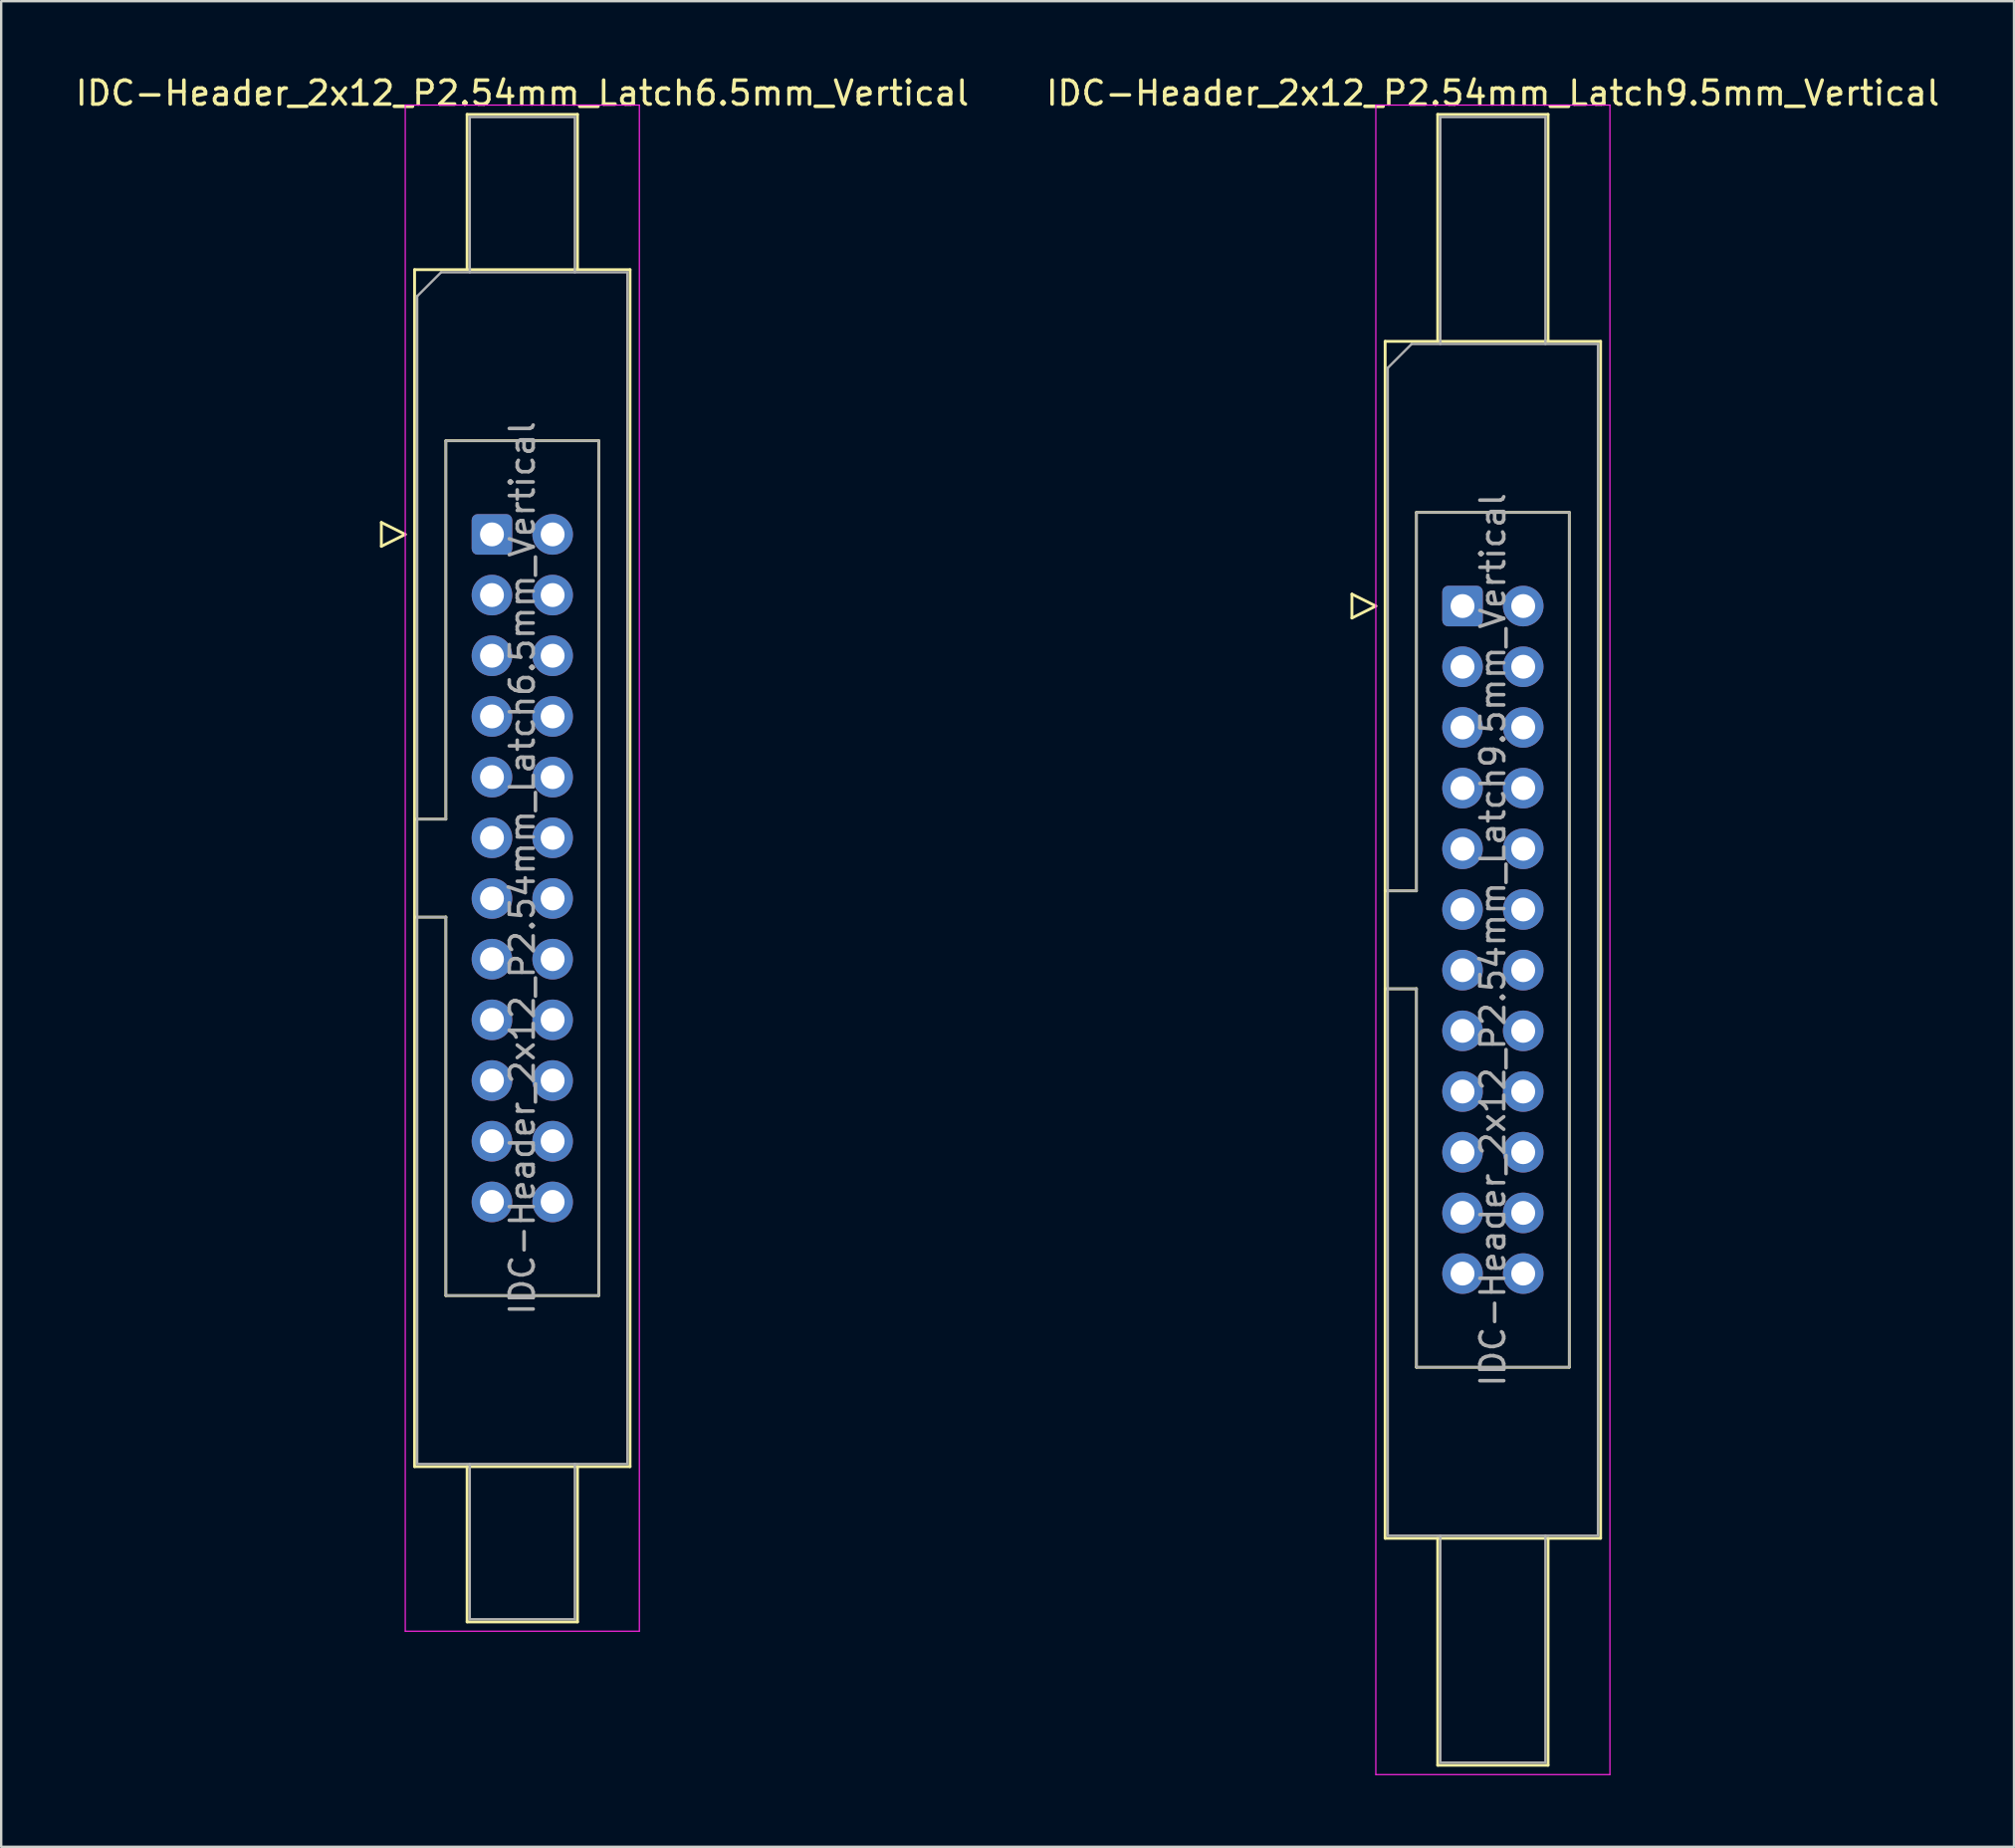
<source format=kicad_pcb>
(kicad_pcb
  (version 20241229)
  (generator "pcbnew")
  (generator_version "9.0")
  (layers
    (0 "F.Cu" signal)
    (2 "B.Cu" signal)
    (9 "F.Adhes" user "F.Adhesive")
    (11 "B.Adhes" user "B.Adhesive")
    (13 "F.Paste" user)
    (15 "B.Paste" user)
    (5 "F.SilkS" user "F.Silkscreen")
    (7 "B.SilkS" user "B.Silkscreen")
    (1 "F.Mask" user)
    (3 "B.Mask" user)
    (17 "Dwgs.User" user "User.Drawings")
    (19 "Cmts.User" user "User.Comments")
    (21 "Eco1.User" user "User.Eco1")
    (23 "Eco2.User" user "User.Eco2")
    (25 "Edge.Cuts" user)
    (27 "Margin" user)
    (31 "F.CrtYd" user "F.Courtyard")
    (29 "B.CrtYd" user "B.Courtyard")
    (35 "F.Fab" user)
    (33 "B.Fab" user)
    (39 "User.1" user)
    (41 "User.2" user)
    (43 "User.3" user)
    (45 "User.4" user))
  (footprint "IDC-Header_2x12_P2.54mm_Latch6.5mm_Vertical"
    (layer "F.Cu")
    (at 17.545 19.318)
    (property "Reference" "IDC-Header_2x12_P2.54mm_Latch6.5mm_Vertical" (at 1.27 -18.47 0) (layer "F.SilkS") (effects (font (size 1 1) (thickness 0.15))))
    (attr through_hole)
    (fp_line (start -4.63 -0.5) (end -4.63 0.5) (stroke (width 0.12) (type solid)) (layer "F.SilkS"))
    (fp_line (start -4.63 0.5) (end -3.63 0) (stroke (width 0.12) (type solid)) (layer "F.SilkS"))
    (fp_line (start -3.63 0) (end -4.63 -0.5) (stroke (width 0.12) (type solid)) (layer "F.SilkS"))
    (fp_line (start -3.24 -11.08) (end 5.78 -11.08) (stroke (width 0.12) (type solid)) (layer "F.SilkS"))
    (fp_line (start -3.24 11.92) (end -1.93 11.92) (stroke (width 0.12) (type solid)) (layer "F.SilkS"))
    (fp_line (start -3.24 39.02) (end -3.24 -11.08) (stroke (width 0.12) (type solid)) (layer "F.SilkS"))
    (fp_line (start -1.93 -3.92) (end 4.47 -3.92) (stroke (width 0.12) (type solid)) (layer "F.SilkS"))
    (fp_line (start -1.93 11.92) (end -1.93 -3.92) (stroke (width 0.12) (type solid)) (layer "F.SilkS"))
    (fp_line (start -1.93 16.02) (end -3.24 16.02) (stroke (width 0.12) (type solid)) (layer "F.SilkS"))
    (fp_line (start -1.93 16.02) (end -1.93 16.02) (stroke (width 0.12) (type solid)) (layer "F.SilkS"))
    (fp_line (start -1.93 31.86) (end -1.93 16.02) (stroke (width 0.12) (type solid)) (layer "F.SilkS"))
    (fp_line (start -1.04 -17.58) (end 3.58 -17.58) (stroke (width 0.12) (type solid)) (layer "F.SilkS"))
    (fp_line (start -1.04 -11.08) (end -1.04 -17.58) (stroke (width 0.12) (type solid)) (layer "F.SilkS"))
    (fp_line (start -1.04 39.02) (end -1.04 45.52) (stroke (width 0.12) (type solid)) (layer "F.SilkS"))
    (fp_line (start -1.04 45.52) (end 3.58 45.52) (stroke (width 0.12) (type solid)) (layer "F.SilkS"))
    (fp_line (start 3.58 -17.58) (end 3.58 -11.08) (stroke (width 0.12) (type solid)) (layer "F.SilkS"))
    (fp_line (start 3.58 45.52) (end 3.58 39.02) (stroke (width 0.12) (type solid)) (layer "F.SilkS"))
    (fp_line (start 4.47 -3.92) (end 4.47 31.86) (stroke (width 0.12) (type solid)) (layer "F.SilkS"))
    (fp_line (start 4.47 31.86) (end -1.93 31.86) (stroke (width 0.12) (type solid)) (layer "F.SilkS"))
    (fp_line (start 5.78 -11.08) (end 5.78 39.02) (stroke (width 0.12) (type solid)) (layer "F.SilkS"))
    (fp_line (start 5.78 39.02) (end -3.24 39.02) (stroke (width 0.12) (type solid)) (layer "F.SilkS"))
    (fp_line (start -3.63 -17.97) (end -3.63 45.91) (stroke (width 0.05) (type solid)) (layer "F.CrtYd"))
    (fp_line (start -3.63 45.91) (end 6.17 45.91) (stroke (width 0.05) (type solid)) (layer "F.CrtYd"))
    (fp_line (start 6.17 -17.97) (end -3.63 -17.97) (stroke (width 0.05) (type solid)) (layer "F.CrtYd"))
    (fp_line (start 6.17 45.91) (end 6.17 -17.97) (stroke (width 0.05) (type solid)) (layer "F.CrtYd"))
    (fp_line (start -3.13 -9.97) (end -2.13 -10.97) (stroke (width 0.1) (type solid)) (layer "F.Fab"))
    (fp_line (start -3.13 11.92) (end -1.93 11.92) (stroke (width 0.1) (type solid)) (layer "F.Fab"))
    (fp_line (start -3.13 38.91) (end -3.13 -9.97) (stroke (width 0.1) (type solid)) (layer "F.Fab"))
    (fp_line (start -2.13 -10.97) (end 5.67 -10.97) (stroke (width 0.1) (type solid)) (layer "F.Fab"))
    (fp_line (start -1.93 -3.92) (end 4.47 -3.92) (stroke (width 0.1) (type solid)) (layer "F.Fab"))
    (fp_line (start -1.93 11.92) (end -1.93 -3.92) (stroke (width 0.1) (type solid)) (layer "F.Fab"))
    (fp_line (start -1.93 16.02) (end -3.13 16.02) (stroke (width 0.1) (type solid)) (layer "F.Fab"))
    (fp_line (start -1.93 16.02) (end -1.93 16.02) (stroke (width 0.1) (type solid)) (layer "F.Fab"))
    (fp_line (start -1.93 31.86) (end -1.93 16.02) (stroke (width 0.1) (type solid)) (layer "F.Fab"))
    (fp_line (start -0.93 -17.47) (end 3.47 -17.47) (stroke (width 0.1) (type solid)) (layer "F.Fab"))
    (fp_line (start -0.93 -10.97) (end -0.93 -17.47) (stroke (width 0.1) (type solid)) (layer "F.Fab"))
    (fp_line (start -0.93 38.91) (end -0.93 45.41) (stroke (width 0.1) (type solid)) (layer "F.Fab"))
    (fp_line (start -0.93 45.41) (end 3.47 45.41) (stroke (width 0.1) (type solid)) (layer "F.Fab"))
    (fp_line (start 3.47 -17.47) (end 3.47 -10.97) (stroke (width 0.1) (type solid)) (layer "F.Fab"))
    (fp_line (start 3.47 45.41) (end 3.47 38.91) (stroke (width 0.1) (type solid)) (layer "F.Fab"))
    (fp_line (start 4.47 -3.92) (end 4.47 31.86) (stroke (width 0.1) (type solid)) (layer "F.Fab"))
    (fp_line (start 4.47 31.86) (end -1.93 31.86) (stroke (width 0.1) (type solid)) (layer "F.Fab"))
    (fp_line (start 5.67 -10.97) (end 5.67 38.91) (stroke (width 0.1) (type solid)) (layer "F.Fab"))
    (fp_line (start 5.67 38.91) (end -3.13 38.91) (stroke (width 0.1) (type solid)) (layer "F.Fab"))
    (fp_text user "${REFERENCE}" (at 1.27 13.97 90) (layer "F.Fab") (effects (font (size 1 1) (thickness 0.15))))
    (pad "1" thru_hole roundrect (at 0 0) (size 1.7 1.7) (drill 1) (layers "*.Cu" "*.Mask") (roundrect_rratio 0.147))
    (pad "2" thru_hole circle (at 2.54 0) (size 1.7 1.7) (drill 1) (layers "*.Cu" "*.Mask"))
    (pad "3" thru_hole circle (at 0 2.54) (size 1.7 1.7) (drill 1) (layers "*.Cu" "*.Mask"))
    (pad "4" thru_hole circle (at 2.54 2.54) (size 1.7 1.7) (drill 1) (layers "*.Cu" "*.Mask"))
    (pad "5" thru_hole circle (at 0 5.08) (size 1.7 1.7) (drill 1) (layers "*.Cu" "*.Mask"))
    (pad "6" thru_hole circle (at 2.54 5.08) (size 1.7 1.7) (drill 1) (layers "*.Cu" "*.Mask"))
    (pad "7" thru_hole circle (at 0 7.62) (size 1.7 1.7) (drill 1) (layers "*.Cu" "*.Mask"))
    (pad "8" thru_hole circle (at 2.54 7.62) (size 1.7 1.7) (drill 1) (layers "*.Cu" "*.Mask"))
    (pad "9" thru_hole circle (at 0 10.16) (size 1.7 1.7) (drill 1) (layers "*.Cu" "*.Mask"))
    (pad "10" thru_hole circle (at 2.54 10.16) (size 1.7 1.7) (drill 1) (layers "*.Cu" "*.Mask"))
    (pad "11" thru_hole circle (at 0 12.7) (size 1.7 1.7) (drill 1) (layers "*.Cu" "*.Mask"))
    (pad "12" thru_hole circle (at 2.54 12.7) (size 1.7 1.7) (drill 1) (layers "*.Cu" "*.Mask"))
    (pad "13" thru_hole circle (at 0 15.24) (size 1.7 1.7) (drill 1) (layers "*.Cu" "*.Mask"))
    (pad "14" thru_hole circle (at 2.54 15.24) (size 1.7 1.7) (drill 1) (layers "*.Cu" "*.Mask"))
    (pad "15" thru_hole circle (at 0 17.78) (size 1.7 1.7) (drill 1) (layers "*.Cu" "*.Mask"))
    (pad "16" thru_hole circle (at 2.54 17.78) (size 1.7 1.7) (drill 1) (layers "*.Cu" "*.Mask"))
    (pad "17" thru_hole circle (at 0 20.32) (size 1.7 1.7) (drill 1) (layers "*.Cu" "*.Mask"))
    (pad "18" thru_hole circle (at 2.54 20.32) (size 1.7 1.7) (drill 1) (layers "*.Cu" "*.Mask"))
    (pad "19" thru_hole circle (at 0 22.86) (size 1.7 1.7) (drill 1) (layers "*.Cu" "*.Mask"))
    (pad "20" thru_hole circle (at 2.54 22.86) (size 1.7 1.7) (drill 1) (layers "*.Cu" "*.Mask"))
    (pad "21" thru_hole circle (at 0 25.4) (size 1.7 1.7) (drill 1) (layers "*.Cu" "*.Mask"))
    (pad "22" thru_hole circle (at 2.54 25.4) (size 1.7 1.7) (drill 1) (layers "*.Cu" "*.Mask"))
    (pad "23" thru_hole circle (at 0 27.94) (size 1.7 1.7) (drill 1) (layers "*.Cu" "*.Mask"))
    (pad "24" thru_hole circle (at 2.54 27.94) (size 1.7 1.7) (drill 1) (layers "*.Cu" "*.Mask")))
  (footprint "IDC-Header_2x12_P2.54mm_Latch9.5mm_Vertical"
    (layer "F.Cu")
    (at 58.176 22.318)
    (property "Reference" "IDC-Header_2x12_P2.54mm_Latch9.5mm_Vertical" (at 1.27 -21.47 0) (layer "F.SilkS") (effects (font (size 1 1) (thickness 0.15))))
    (attr through_hole)
    (fp_line (start -4.63 -0.5) (end -4.63 0.5) (stroke (width 0.12) (type solid)) (layer "F.SilkS"))
    (fp_line (start -4.63 0.5) (end -3.63 0) (stroke (width 0.12) (type solid)) (layer "F.SilkS"))
    (fp_line (start -3.63 0) (end -4.63 -0.5) (stroke (width 0.12) (type solid)) (layer "F.SilkS"))
    (fp_line (start -3.24 -11.08) (end 5.78 -11.08) (stroke (width 0.12) (type solid)) (layer "F.SilkS"))
    (fp_line (start -3.24 11.92) (end -1.93 11.92) (stroke (width 0.12) (type solid)) (layer "F.SilkS"))
    (fp_line (start -3.24 39.02) (end -3.24 -11.08) (stroke (width 0.12) (type solid)) (layer "F.SilkS"))
    (fp_line (start -1.93 -3.92) (end 4.47 -3.92) (stroke (width 0.12) (type solid)) (layer "F.SilkS"))
    (fp_line (start -1.93 11.92) (end -1.93 -3.92) (stroke (width 0.12) (type solid)) (layer "F.SilkS"))
    (fp_line (start -1.93 16.02) (end -3.24 16.02) (stroke (width 0.12) (type solid)) (layer "F.SilkS"))
    (fp_line (start -1.93 16.02) (end -1.93 16.02) (stroke (width 0.12) (type solid)) (layer "F.SilkS"))
    (fp_line (start -1.93 31.86) (end -1.93 16.02) (stroke (width 0.12) (type solid)) (layer "F.SilkS"))
    (fp_line (start -1.04 -20.58) (end 3.58 -20.58) (stroke (width 0.12) (type solid)) (layer "F.SilkS"))
    (fp_line (start -1.04 -11.08) (end -1.04 -20.58) (stroke (width 0.12) (type solid)) (layer "F.SilkS"))
    (fp_line (start -1.04 39.02) (end -1.04 48.52) (stroke (width 0.12) (type solid)) (layer "F.SilkS"))
    (fp_line (start -1.04 48.52) (end 3.58 48.52) (stroke (width 0.12) (type solid)) (layer "F.SilkS"))
    (fp_line (start 3.58 -20.58) (end 3.58 -11.08) (stroke (width 0.12) (type solid)) (layer "F.SilkS"))
    (fp_line (start 3.58 48.52) (end 3.58 39.02) (stroke (width 0.12) (type solid)) (layer "F.SilkS"))
    (fp_line (start 4.47 -3.92) (end 4.47 31.86) (stroke (width 0.12) (type solid)) (layer "F.SilkS"))
    (fp_line (start 4.47 31.86) (end -1.93 31.86) (stroke (width 0.12) (type solid)) (layer "F.SilkS"))
    (fp_line (start 5.78 -11.08) (end 5.78 39.02) (stroke (width 0.12) (type solid)) (layer "F.SilkS"))
    (fp_line (start 5.78 39.02) (end -3.24 39.02) (stroke (width 0.12) (type solid)) (layer "F.SilkS"))
    (fp_line (start -3.63 -20.97) (end -3.63 48.91) (stroke (width 0.05) (type solid)) (layer "F.CrtYd"))
    (fp_line (start -3.63 48.91) (end 6.17 48.91) (stroke (width 0.05) (type solid)) (layer "F.CrtYd"))
    (fp_line (start 6.17 -20.97) (end -3.63 -20.97) (stroke (width 0.05) (type solid)) (layer "F.CrtYd"))
    (fp_line (start 6.17 48.91) (end 6.17 -20.97) (stroke (width 0.05) (type solid)) (layer "F.CrtYd"))
    (fp_line (start -3.13 -9.97) (end -2.13 -10.97) (stroke (width 0.1) (type solid)) (layer "F.Fab"))
    (fp_line (start -3.13 11.92) (end -1.93 11.92) (stroke (width 0.1) (type solid)) (layer "F.Fab"))
    (fp_line (start -3.13 38.91) (end -3.13 -9.97) (stroke (width 0.1) (type solid)) (layer "F.Fab"))
    (fp_line (start -2.13 -10.97) (end 5.67 -10.97) (stroke (width 0.1) (type solid)) (layer "F.Fab"))
    (fp_line (start -1.93 -3.92) (end 4.47 -3.92) (stroke (width 0.1) (type solid)) (layer "F.Fab"))
    (fp_line (start -1.93 11.92) (end -1.93 -3.92) (stroke (width 0.1) (type solid)) (layer "F.Fab"))
    (fp_line (start -1.93 16.02) (end -3.13 16.02) (stroke (width 0.1) (type solid)) (layer "F.Fab"))
    (fp_line (start -1.93 16.02) (end -1.93 16.02) (stroke (width 0.1) (type solid)) (layer "F.Fab"))
    (fp_line (start -1.93 31.86) (end -1.93 16.02) (stroke (width 0.1) (type solid)) (layer "F.Fab"))
    (fp_line (start -0.93 -20.47) (end 3.47 -20.47) (stroke (width 0.1) (type solid)) (layer "F.Fab"))
    (fp_line (start -0.93 -10.97) (end -0.93 -20.47) (stroke (width 0.1) (type solid)) (layer "F.Fab"))
    (fp_line (start -0.93 38.91) (end -0.93 48.41) (stroke (width 0.1) (type solid)) (layer "F.Fab"))
    (fp_line (start -0.93 48.41) (end 3.47 48.41) (stroke (width 0.1) (type solid)) (layer "F.Fab"))
    (fp_line (start 3.47 -20.47) (end 3.47 -10.97) (stroke (width 0.1) (type solid)) (layer "F.Fab"))
    (fp_line (start 3.47 48.41) (end 3.47 38.91) (stroke (width 0.1) (type solid)) (layer "F.Fab"))
    (fp_line (start 4.47 -3.92) (end 4.47 31.86) (stroke (width 0.1) (type solid)) (layer "F.Fab"))
    (fp_line (start 4.47 31.86) (end -1.93 31.86) (stroke (width 0.1) (type solid)) (layer "F.Fab"))
    (fp_line (start 5.67 -10.97) (end 5.67 38.91) (stroke (width 0.1) (type solid)) (layer "F.Fab"))
    (fp_line (start 5.67 38.91) (end -3.13 38.91) (stroke (width 0.1) (type solid)) (layer "F.Fab"))
    (fp_text user "${REFERENCE}" (at 1.27 13.97 90) (layer "F.Fab") (effects (font (size 1 1) (thickness 0.15))))
    (pad "1" thru_hole roundrect (at 0 0) (size 1.7 1.7) (drill 1) (layers "*.Cu" "*.Mask") (roundrect_rratio 0.147))
    (pad "2" thru_hole circle (at 2.54 0) (size 1.7 1.7) (drill 1) (layers "*.Cu" "*.Mask"))
    (pad "3" thru_hole circle (at 0 2.54) (size 1.7 1.7) (drill 1) (layers "*.Cu" "*.Mask"))
    (pad "4" thru_hole circle (at 2.54 2.54) (size 1.7 1.7) (drill 1) (layers "*.Cu" "*.Mask"))
    (pad "5" thru_hole circle (at 0 5.08) (size 1.7 1.7) (drill 1) (layers "*.Cu" "*.Mask"))
    (pad "6" thru_hole circle (at 2.54 5.08) (size 1.7 1.7) (drill 1) (layers "*.Cu" "*.Mask"))
    (pad "7" thru_hole circle (at 0 7.62) (size 1.7 1.7) (drill 1) (layers "*.Cu" "*.Mask"))
    (pad "8" thru_hole circle (at 2.54 7.62) (size 1.7 1.7) (drill 1) (layers "*.Cu" "*.Mask"))
    (pad "9" thru_hole circle (at 0 10.16) (size 1.7 1.7) (drill 1) (layers "*.Cu" "*.Mask"))
    (pad "10" thru_hole circle (at 2.54 10.16) (size 1.7 1.7) (drill 1) (layers "*.Cu" "*.Mask"))
    (pad "11" thru_hole circle (at 0 12.7) (size 1.7 1.7) (drill 1) (layers "*.Cu" "*.Mask"))
    (pad "12" thru_hole circle (at 2.54 12.7) (size 1.7 1.7) (drill 1) (layers "*.Cu" "*.Mask"))
    (pad "13" thru_hole circle (at 0 15.24) (size 1.7 1.7) (drill 1) (layers "*.Cu" "*.Mask"))
    (pad "14" thru_hole circle (at 2.54 15.24) (size 1.7 1.7) (drill 1) (layers "*.Cu" "*.Mask"))
    (pad "15" thru_hole circle (at 0 17.78) (size 1.7 1.7) (drill 1) (layers "*.Cu" "*.Mask"))
    (pad "16" thru_hole circle (at 2.54 17.78) (size 1.7 1.7) (drill 1) (layers "*.Cu" "*.Mask"))
    (pad "17" thru_hole circle (at 0 20.32) (size 1.7 1.7) (drill 1) (layers "*.Cu" "*.Mask"))
    (pad "18" thru_hole circle (at 2.54 20.32) (size 1.7 1.7) (drill 1) (layers "*.Cu" "*.Mask"))
    (pad "19" thru_hole circle (at 0 22.86) (size 1.7 1.7) (drill 1) (layers "*.Cu" "*.Mask"))
    (pad "20" thru_hole circle (at 2.54 22.86) (size 1.7 1.7) (drill 1) (layers "*.Cu" "*.Mask"))
    (pad "21" thru_hole circle (at 0 25.4) (size 1.7 1.7) (drill 1) (layers "*.Cu" "*.Mask"))
    (pad "22" thru_hole circle (at 2.54 25.4) (size 1.7 1.7) (drill 1) (layers "*.Cu" "*.Mask"))
    (pad "23" thru_hole circle (at 0 27.94) (size 1.7 1.7) (drill 1) (layers "*.Cu" "*.Mask"))
    (pad "24" thru_hole circle (at 2.54 27.94) (size 1.7 1.7) (drill 1) (layers "*.Cu" "*.Mask")))
  (gr_rect
    (start -3 -3)
    (end 81.262 74.253)
    (stroke (width 0.1) (type default))
    (fill no)
    (layer "Edge.Cuts")))
</source>
